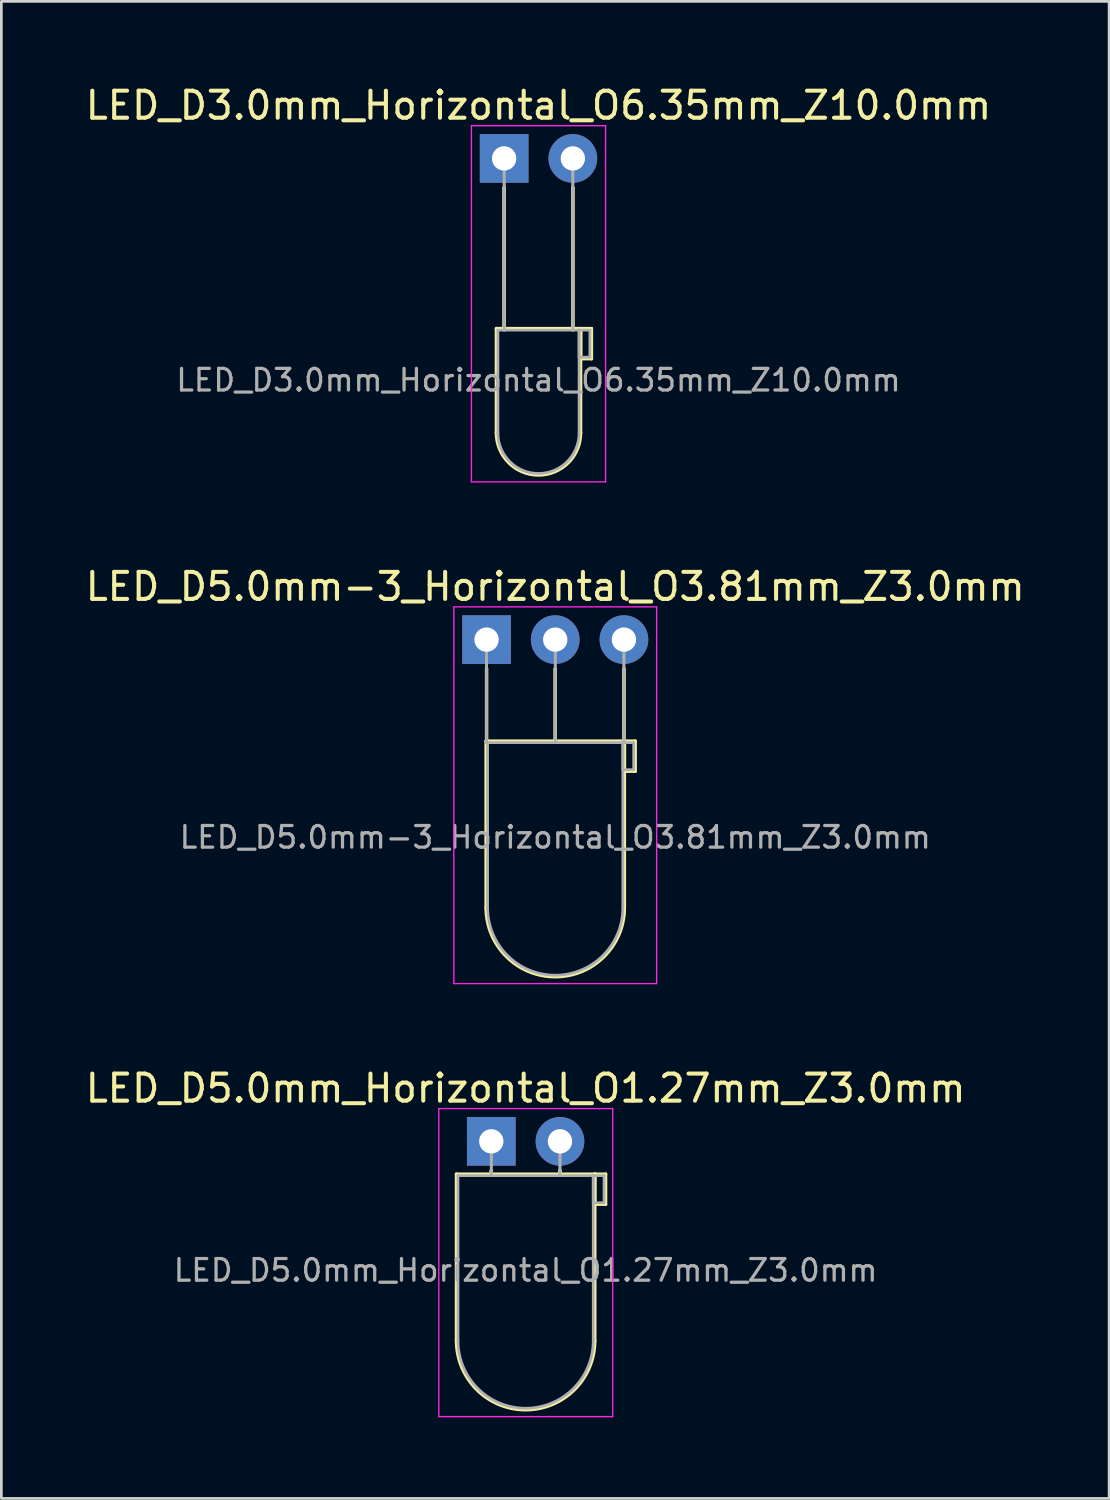
<source format=kicad_pcb>
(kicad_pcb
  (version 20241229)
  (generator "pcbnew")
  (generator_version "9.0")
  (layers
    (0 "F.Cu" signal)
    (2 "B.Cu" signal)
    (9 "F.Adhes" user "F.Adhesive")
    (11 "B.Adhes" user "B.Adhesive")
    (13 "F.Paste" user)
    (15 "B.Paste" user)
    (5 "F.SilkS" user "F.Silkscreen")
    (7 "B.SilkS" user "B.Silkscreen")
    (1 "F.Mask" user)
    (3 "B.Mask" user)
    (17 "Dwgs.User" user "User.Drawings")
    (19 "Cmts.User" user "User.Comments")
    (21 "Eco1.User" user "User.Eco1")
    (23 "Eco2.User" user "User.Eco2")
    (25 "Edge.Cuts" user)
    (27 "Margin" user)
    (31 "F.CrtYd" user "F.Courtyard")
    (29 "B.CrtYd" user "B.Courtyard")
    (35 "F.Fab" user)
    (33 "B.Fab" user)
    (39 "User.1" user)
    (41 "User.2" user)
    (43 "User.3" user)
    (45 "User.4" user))
  (footprint "LED_D5.0mm_Horizontal_O1.27mm_Z3.0mm"
    (layer "F.Cu")
    (at 15.117 39.155)
    (property "Reference" "LED_D5.0mm_Horizontal_O1.27mm_Z3.0mm" (at 1.27 -1.96 0) (layer "F.SilkS") (effects (font (size 1 1) (thickness 0.15))))
    (attr through_hole)
    (fp_line (start -1.29 1.21) (end -1.29 7.37) (stroke (width 0.12) (type solid)) (layer "F.SilkS"))
    (fp_line (start -1.29 1.21) (end 3.83 1.21) (stroke (width 0.12) (type solid)) (layer "F.SilkS"))
    (fp_line (start 0 1.08) (end 0 1.08) (stroke (width 0.12) (type solid)) (layer "F.SilkS"))
    (fp_line (start 0 1.08) (end 0 1.21) (stroke (width 0.12) (type solid)) (layer "F.SilkS"))
    (fp_line (start 0 1.21) (end 0 1.08) (stroke (width 0.12) (type solid)) (layer "F.SilkS"))
    (fp_line (start 0 1.21) (end 0 1.21) (stroke (width 0.12) (type solid)) (layer "F.SilkS"))
    (fp_line (start 2.54 1.08) (end 2.54 1.08) (stroke (width 0.12) (type solid)) (layer "F.SilkS"))
    (fp_line (start 2.54 1.08) (end 2.54 1.21) (stroke (width 0.12) (type solid)) (layer "F.SilkS"))
    (fp_line (start 2.54 1.21) (end 2.54 1.08) (stroke (width 0.12) (type solid)) (layer "F.SilkS"))
    (fp_line (start 2.54 1.21) (end 2.54 1.21) (stroke (width 0.12) (type solid)) (layer "F.SilkS"))
    (fp_line (start 3.83 1.21) (end 3.83 7.37) (stroke (width 0.12) (type solid)) (layer "F.SilkS"))
    (fp_line (start 3.83 1.21) (end 4.23 1.21) (stroke (width 0.12) (type solid)) (layer "F.SilkS"))
    (fp_line (start 3.83 2.33) (end 3.83 1.21) (stroke (width 0.12) (type solid)) (layer "F.SilkS"))
    (fp_line (start 4.23 1.21) (end 4.23 2.33) (stroke (width 0.12) (type solid)) (layer "F.SilkS"))
    (fp_line (start 4.23 2.33) (end 3.83 2.33) (stroke (width 0.12) (type solid)) (layer "F.SilkS"))
    (fp_arc (start 3.83 7.37) (mid 1.27 9.93) (end -1.29 7.37) (stroke (width 0.12) (type solid)) (layer "F.SilkS"))
    (fp_line (start -1.94 -1.21) (end -1.94 10.18) (stroke (width 0.05) (type solid)) (layer "F.CrtYd"))
    (fp_line (start -1.94 10.18) (end 4.49 10.18) (stroke (width 0.05) (type solid)) (layer "F.CrtYd"))
    (fp_line (start 4.49 -1.21) (end -1.94 -1.21) (stroke (width 0.05) (type solid)) (layer "F.CrtYd"))
    (fp_line (start 4.49 10.18) (end 4.49 -1.21) (stroke (width 0.05) (type solid)) (layer "F.CrtYd"))
    (fp_line (start -1.23 1.27) (end -1.23 7.37) (stroke (width 0.1) (type solid)) (layer "F.Fab"))
    (fp_line (start -1.23 1.27) (end 3.77 1.27) (stroke (width 0.1) (type solid)) (layer "F.Fab"))
    (fp_line (start 0 0) (end 0 0) (stroke (width 0.1) (type solid)) (layer "F.Fab"))
    (fp_line (start 0 0) (end 0 1.27) (stroke (width 0.1) (type solid)) (layer "F.Fab"))
    (fp_line (start 0 1.27) (end 0 0) (stroke (width 0.1) (type solid)) (layer "F.Fab"))
    (fp_line (start 0 1.27) (end 0 1.27) (stroke (width 0.1) (type solid)) (layer "F.Fab"))
    (fp_line (start 2.54 0) (end 2.54 0) (stroke (width 0.1) (type solid)) (layer "F.Fab"))
    (fp_line (start 2.54 0) (end 2.54 1.27) (stroke (width 0.1) (type solid)) (layer "F.Fab"))
    (fp_line (start 2.54 1.27) (end 2.54 0) (stroke (width 0.1) (type solid)) (layer "F.Fab"))
    (fp_line (start 2.54 1.27) (end 2.54 1.27) (stroke (width 0.1) (type solid)) (layer "F.Fab"))
    (fp_line (start 3.77 1.27) (end 3.77 7.37) (stroke (width 0.1) (type solid)) (layer "F.Fab"))
    (fp_line (start 3.77 1.27) (end 4.17 1.27) (stroke (width 0.1) (type solid)) (layer "F.Fab"))
    (fp_line (start 3.77 2.27) (end 3.77 1.27) (stroke (width 0.1) (type solid)) (layer "F.Fab"))
    (fp_line (start 4.17 1.27) (end 4.17 2.27) (stroke (width 0.1) (type solid)) (layer "F.Fab"))
    (fp_line (start 4.17 2.27) (end 3.77 2.27) (stroke (width 0.1) (type solid)) (layer "F.Fab"))
    (fp_arc (start 3.77 7.37) (mid 1.27 9.87) (end -1.23 7.37) (stroke (width 0.1) (type solid)) (layer "F.Fab"))
    (fp_text user "${REFERENCE}" (at 1.27 4.77 0) (layer "F.Fab") (effects (font (size 0.8 0.8) (thickness 0.12))))
    (pad "1" thru_hole rect (at 0 0) (size 1.8 1.8) (drill 0.9) (layers "*.Cu" "*.Mask"))
    (pad "2" thru_hole circle (at 2.54 0) (size 1.8 1.8) (drill 0.9) (layers "*.Cu" "*.Mask")))
  (footprint "LED_D3.0mm_Horizontal_O6.35mm_Z10.0mm"
    (layer "F.Cu")
    (at 15.593 2.808)
    (property "Reference" "LED_D3.0mm_Horizontal_O6.35mm_Z10.0mm" (at 1.27 -1.96 0) (layer "F.SilkS") (effects (font (size 1 1) (thickness 0.15))))
    (attr through_hole)
    (fp_line (start -0.29 6.29) (end -0.29 10.15) (stroke (width 0.12) (type solid)) (layer "F.SilkS"))
    (fp_line (start -0.29 6.29) (end 2.83 6.29) (stroke (width 0.12) (type solid)) (layer "F.SilkS"))
    (fp_line (start 0 1.08) (end 0 1.08) (stroke (width 0.12) (type solid)) (layer "F.SilkS"))
    (fp_line (start 0 1.08) (end 0 6.29) (stroke (width 0.12) (type solid)) (layer "F.SilkS"))
    (fp_line (start 0 6.29) (end 0 1.08) (stroke (width 0.12) (type solid)) (layer "F.SilkS"))
    (fp_line (start 0 6.29) (end 0 6.29) (stroke (width 0.12) (type solid)) (layer "F.SilkS"))
    (fp_line (start 2.54 1.08) (end 2.54 1.08) (stroke (width 0.12) (type solid)) (layer "F.SilkS"))
    (fp_line (start 2.54 1.08) (end 2.54 6.29) (stroke (width 0.12) (type solid)) (layer "F.SilkS"))
    (fp_line (start 2.54 6.29) (end 2.54 1.08) (stroke (width 0.12) (type solid)) (layer "F.SilkS"))
    (fp_line (start 2.54 6.29) (end 2.54 6.29) (stroke (width 0.12) (type solid)) (layer "F.SilkS"))
    (fp_line (start 2.83 6.29) (end 2.83 10.15) (stroke (width 0.12) (type solid)) (layer "F.SilkS"))
    (fp_line (start 2.83 6.29) (end 3.23 6.29) (stroke (width 0.12) (type solid)) (layer "F.SilkS"))
    (fp_line (start 2.83 7.41) (end 2.83 6.29) (stroke (width 0.12) (type solid)) (layer "F.SilkS"))
    (fp_line (start 3.23 6.29) (end 3.23 7.41) (stroke (width 0.12) (type solid)) (layer "F.SilkS"))
    (fp_line (start 3.23 7.41) (end 2.83 7.41) (stroke (width 0.12) (type solid)) (layer "F.SilkS"))
    (fp_arc (start 2.83 10.15) (mid 1.27 11.71) (end -0.29 10.15) (stroke (width 0.12) (type solid)) (layer "F.SilkS"))
    (fp_line (start -1.21 -1.21) (end -1.21 11.96) (stroke (width 0.05) (type solid)) (layer "F.CrtYd"))
    (fp_line (start -1.21 11.96) (end 3.75 11.96) (stroke (width 0.05) (type solid)) (layer "F.CrtYd"))
    (fp_line (start 3.75 -1.21) (end -1.21 -1.21) (stroke (width 0.05) (type solid)) (layer "F.CrtYd"))
    (fp_line (start 3.75 11.96) (end 3.75 -1.21) (stroke (width 0.05) (type solid)) (layer "F.CrtYd"))
    (fp_line (start -0.23 6.35) (end -0.23 10.15) (stroke (width 0.1) (type solid)) (layer "F.Fab"))
    (fp_line (start -0.23 6.35) (end 2.77 6.35) (stroke (width 0.1) (type solid)) (layer "F.Fab"))
    (fp_line (start 0 0) (end 0 0) (stroke (width 0.1) (type solid)) (layer "F.Fab"))
    (fp_line (start 0 0) (end 0 6.35) (stroke (width 0.1) (type solid)) (layer "F.Fab"))
    (fp_line (start 0 6.35) (end 0 0) (stroke (width 0.1) (type solid)) (layer "F.Fab"))
    (fp_line (start 0 6.35) (end 0 6.35) (stroke (width 0.1) (type solid)) (layer "F.Fab"))
    (fp_line (start 2.54 0) (end 2.54 0) (stroke (width 0.1) (type solid)) (layer "F.Fab"))
    (fp_line (start 2.54 0) (end 2.54 6.35) (stroke (width 0.1) (type solid)) (layer "F.Fab"))
    (fp_line (start 2.54 6.35) (end 2.54 0) (stroke (width 0.1) (type solid)) (layer "F.Fab"))
    (fp_line (start 2.54 6.35) (end 2.54 6.35) (stroke (width 0.1) (type solid)) (layer "F.Fab"))
    (fp_line (start 2.77 6.35) (end 2.77 10.15) (stroke (width 0.1) (type solid)) (layer "F.Fab"))
    (fp_line (start 2.77 6.35) (end 3.17 6.35) (stroke (width 0.1) (type solid)) (layer "F.Fab"))
    (fp_line (start 2.77 7.35) (end 2.77 6.35) (stroke (width 0.1) (type solid)) (layer "F.Fab"))
    (fp_line (start 3.17 6.35) (end 3.17 7.35) (stroke (width 0.1) (type solid)) (layer "F.Fab"))
    (fp_line (start 3.17 7.35) (end 2.77 7.35) (stroke (width 0.1) (type solid)) (layer "F.Fab"))
    (fp_arc (start 2.77 10.15) (mid 1.27 11.65) (end -0.23 10.15) (stroke (width 0.1) (type solid)) (layer "F.Fab"))
    (fp_text user "${REFERENCE}" (at 1.27 8.2 0) (layer "F.Fab") (effects (font (size 0.8 0.8) (thickness 0.12))))
    (pad "1" thru_hole rect (at 0 0) (size 1.8 1.8) (drill 0.9) (layers "*.Cu" "*.Mask"))
    (pad "2" thru_hole circle (at 2.54 0) (size 1.8 1.8) (drill 0.9) (layers "*.Cu" "*.Mask")))
  (footprint "LED_D5.0mm-3_Horizontal_O3.81mm_Z3.0mm"
    (layer "F.Cu")
    (at 14.942 20.602)
    (property "Reference" "LED_D5.0mm-3_Horizontal_O3.81mm_Z3.0mm" (at 2.54 -1.96 0) (layer "F.SilkS") (effects (font (size 1 1) (thickness 0.15))))
    (attr through_hole)
    (fp_line (start -0.02 3.75) (end -0.02 9.91) (stroke (width 0.12) (type solid)) (layer "F.SilkS"))
    (fp_line (start -0.02 3.75) (end 5.1 3.75) (stroke (width 0.12) (type solid)) (layer "F.SilkS"))
    (fp_line (start 0 1.08) (end 0 1.08) (stroke (width 0.12) (type solid)) (layer "F.SilkS"))
    (fp_line (start 0 1.08) (end 0 3.75) (stroke (width 0.12) (type solid)) (layer "F.SilkS"))
    (fp_line (start 0 3.75) (end 0 1.08) (stroke (width 0.12) (type solid)) (layer "F.SilkS"))
    (fp_line (start 0 3.75) (end 0 3.75) (stroke (width 0.12) (type solid)) (layer "F.SilkS"))
    (fp_line (start 2.54 1.08) (end 2.54 1.08) (stroke (width 0.12) (type solid)) (layer "F.SilkS"))
    (fp_line (start 2.54 1.08) (end 2.54 3.75) (stroke (width 0.12) (type solid)) (layer "F.SilkS"))
    (fp_line (start 2.54 3.75) (end 2.54 1.08) (stroke (width 0.12) (type solid)) (layer "F.SilkS"))
    (fp_line (start 2.54 3.75) (end 2.54 3.75) (stroke (width 0.12) (type solid)) (layer "F.SilkS"))
    (fp_line (start 5.08 1.08) (end 5.08 1.08) (stroke (width 0.12) (type solid)) (layer "F.SilkS"))
    (fp_line (start 5.08 1.08) (end 5.08 3.75) (stroke (width 0.12) (type solid)) (layer "F.SilkS"))
    (fp_line (start 5.08 3.75) (end 5.08 1.08) (stroke (width 0.12) (type solid)) (layer "F.SilkS"))
    (fp_line (start 5.08 3.75) (end 5.08 3.75) (stroke (width 0.12) (type solid)) (layer "F.SilkS"))
    (fp_line (start 5.1 3.75) (end 5.1 9.91) (stroke (width 0.12) (type solid)) (layer "F.SilkS"))
    (fp_line (start 5.1 3.75) (end 5.5 3.75) (stroke (width 0.12) (type solid)) (layer "F.SilkS"))
    (fp_line (start 5.1 4.87) (end 5.1 3.75) (stroke (width 0.12) (type solid)) (layer "F.SilkS"))
    (fp_line (start 5.5 3.75) (end 5.5 4.87) (stroke (width 0.12) (type solid)) (layer "F.SilkS"))
    (fp_line (start 5.5 4.87) (end 5.1 4.87) (stroke (width 0.12) (type solid)) (layer "F.SilkS"))
    (fp_arc (start 5.1 9.91) (mid 2.54 12.47) (end -0.02 9.91) (stroke (width 0.12) (type solid)) (layer "F.SilkS"))
    (fp_line (start -1.21 -1.21) (end -1.21 12.72) (stroke (width 0.05) (type solid)) (layer "F.CrtYd"))
    (fp_line (start -1.21 12.72) (end 6.29 12.72) (stroke (width 0.05) (type solid)) (layer "F.CrtYd"))
    (fp_line (start 6.29 -1.21) (end -1.21 -1.21) (stroke (width 0.05) (type solid)) (layer "F.CrtYd"))
    (fp_line (start 6.29 12.72) (end 6.29 -1.21) (stroke (width 0.05) (type solid)) (layer "F.CrtYd"))
    (fp_line (start 0 0) (end 0 0) (stroke (width 0.1) (type solid)) (layer "F.Fab"))
    (fp_line (start 0 0) (end 0 3.81) (stroke (width 0.1) (type solid)) (layer "F.Fab"))
    (fp_line (start 0 3.81) (end 0 0) (stroke (width 0.1) (type solid)) (layer "F.Fab"))
    (fp_line (start 0 3.81) (end 0 3.81) (stroke (width 0.1) (type solid)) (layer "F.Fab"))
    (fp_line (start 0.04 3.81) (end 0.04 9.91) (stroke (width 0.1) (type solid)) (layer "F.Fab"))
    (fp_line (start 0.04 3.81) (end 5.04 3.81) (stroke (width 0.1) (type solid)) (layer "F.Fab"))
    (fp_line (start 2.54 0) (end 2.54 0) (stroke (width 0.1) (type solid)) (layer "F.Fab"))
    (fp_line (start 2.54 0) (end 2.54 3.81) (stroke (width 0.1) (type solid)) (layer "F.Fab"))
    (fp_line (start 2.54 3.81) (end 2.54 0) (stroke (width 0.1) (type solid)) (layer "F.Fab"))
    (fp_line (start 2.54 3.81) (end 2.54 3.81) (stroke (width 0.1) (type solid)) (layer "F.Fab"))
    (fp_line (start 5.04 3.81) (end 5.04 9.91) (stroke (width 0.1) (type solid)) (layer "F.Fab"))
    (fp_line (start 5.04 3.81) (end 5.44 3.81) (stroke (width 0.1) (type solid)) (layer "F.Fab"))
    (fp_line (start 5.04 4.81) (end 5.04 3.81) (stroke (width 0.1) (type solid)) (layer "F.Fab"))
    (fp_line (start 5.08 0) (end 5.08 0) (stroke (width 0.1) (type solid)) (layer "F.Fab"))
    (fp_line (start 5.08 0) (end 5.08 3.81) (stroke (width 0.1) (type solid)) (layer "F.Fab"))
    (fp_line (start 5.08 3.81) (end 5.08 0) (stroke (width 0.1) (type solid)) (layer "F.Fab"))
    (fp_line (start 5.08 3.81) (end 5.08 3.81) (stroke (width 0.1) (type solid)) (layer "F.Fab"))
    (fp_line (start 5.44 3.81) (end 5.44 4.81) (stroke (width 0.1) (type solid)) (layer "F.Fab"))
    (fp_line (start 5.44 4.81) (end 5.04 4.81) (stroke (width 0.1) (type solid)) (layer "F.Fab"))
    (fp_arc (start 5.04 9.91) (mid 2.54 12.41) (end 0.04 9.91) (stroke (width 0.1) (type solid)) (layer "F.Fab"))
    (fp_text user "${REFERENCE}" (at 2.54 7.31 0) (layer "F.Fab") (effects (font (size 0.8 0.8) (thickness 0.12))))
    (pad "1" thru_hole rect (at 0 0) (size 1.8 1.8) (drill 0.9) (layers "*.Cu" "*.Mask"))
    (pad "2" thru_hole circle (at 2.54 0) (size 1.8 1.8) (drill 0.9) (layers "*.Cu" "*.Mask"))
    (pad "3" thru_hole circle (at 5.08 0) (size 1.8 1.8) (drill 0.9) (layers "*.Cu" "*.Mask")))
  (gr_rect
    (start -3 -3)
    (end 37.964 52.36)
    (stroke (width 0.1) (type default))
    (fill no)
    (layer "Edge.Cuts")))
</source>
